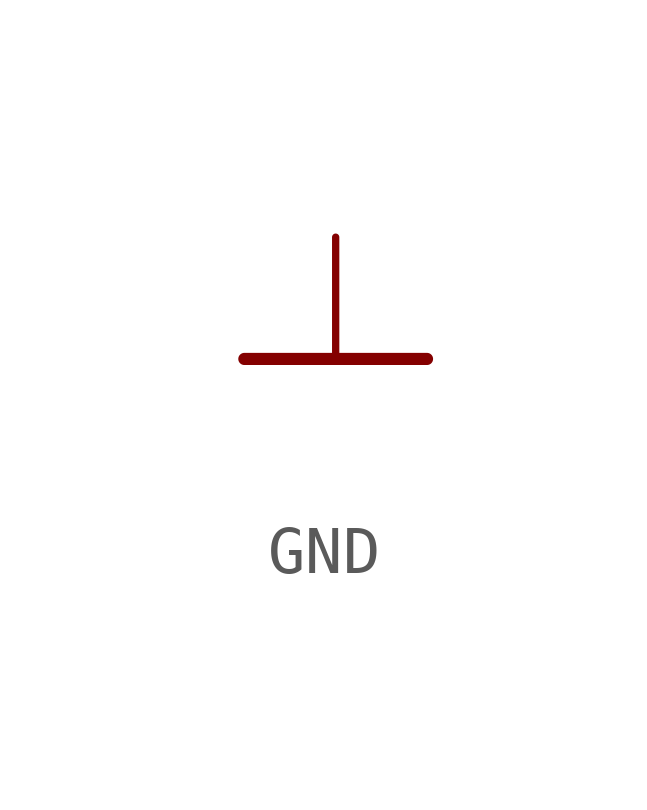
<source format=kicad_sym>
(kicad_symbol_lib
  (version 20231120)
  (generator "kicad_symbol_editor")
  (generator_version "8.0")
  (symbol "GND"
    (power)
    (property "Reference" "#SUPPLY"
      (at 0 0 0)
      (effects (font (size 1.27 1.27)) (hide yes)))
    (property "Value" ""
      (at -2.54 -2.54 0)
      (effects (font (size 1.778 1.511)) (justify left bottom)))
    (property "ki_locked" ""
      (at 0 0 0)
      (effects (font (size 1.27 1.27))))
    (symbol "GND_1_0"
      (polyline (pts (xy -1.905 0) (xy 1.905 0)) (stroke (width 0.254) (type solid)) (fill (type none)))
      (pin power_in line (at 0 2.54 270) (length 2.54) (name "GND" (effects (font (size 0 0)))) (number "1" (effects (font (size 0 0))))))))
</source>
